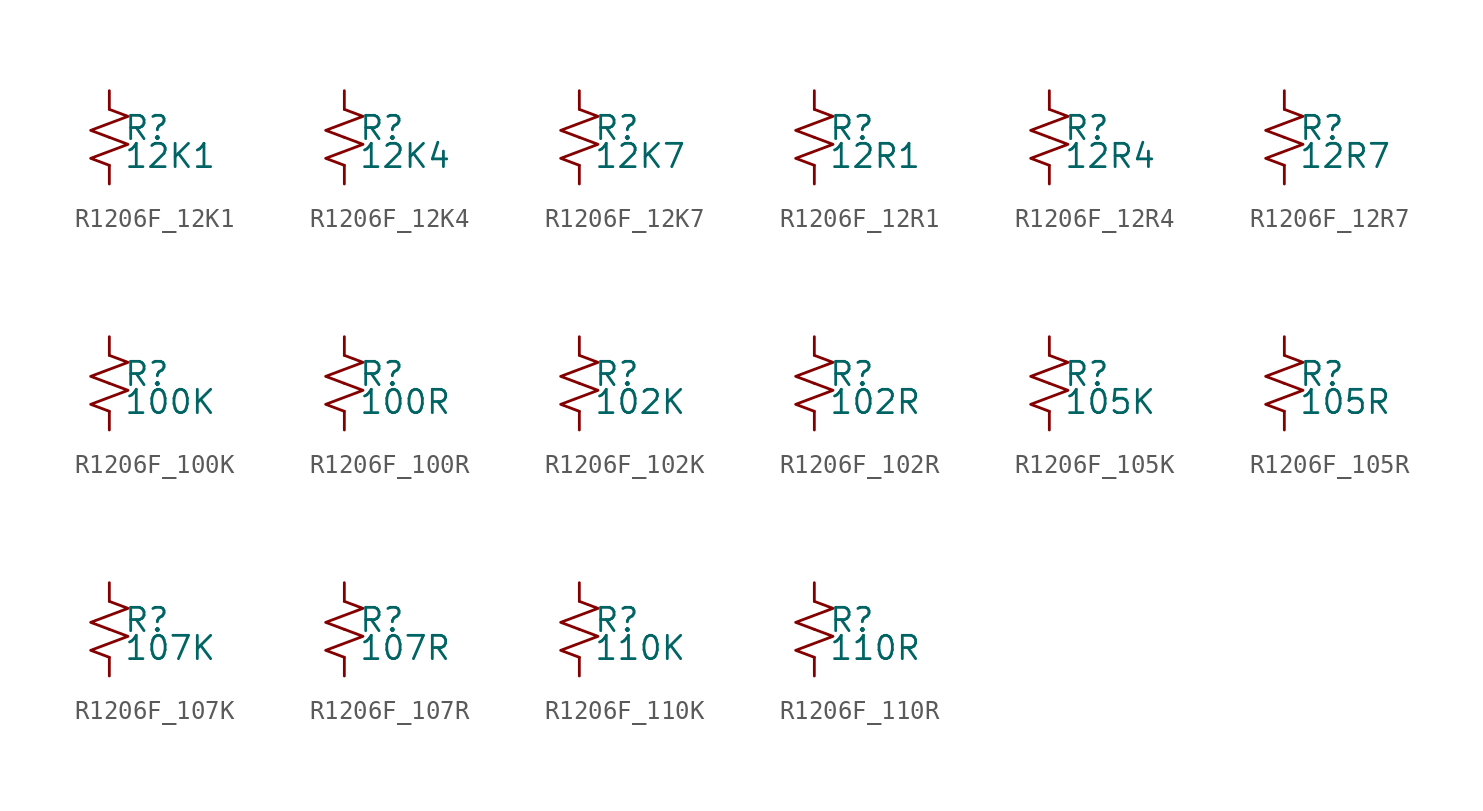
<source format=kicad_sym>
(kicad_symbol_lib
  (version 20220914)
  (generator kicad_symbol_editor)
  (symbol "R1206F_12K1"
    (pin_numbers hide)
    (pin_names
      (offset 0.254) hide)
    (property "Reference" "R"
      (at 0.762 0.508 0)
      (effects (font (size 1.27 1.27)) (justify left)))
    (property "Value" "12K1"
      (at 0.762 -1.016 0)
      (effects (font (size 1.27 1.27)) (justify left)))
    (symbol "R1206F_12K1_1_1"
      (polyline (pts (xy 0 0) (xy 1.016 -0.381) (xy 0 -0.762) (xy -1.016 -1.143) (xy 0 -1.524)) (stroke (width 0) (type default)) (fill (type none)))
      (polyline (pts (xy 0 1.524) (xy 1.016 1.143) (xy 0 0.762) (xy -1.016 0.381) (xy 0 0)) (stroke (width 0) (type default)) (fill (type none)))
      (pin passive line (at 0 2.54 270) (length 1.016) (name "~" (effects (font (size 1.27 1.27)))) (number "1" (effects (font (size 1.27 1.27)))))
      (pin passive line (at 0 -2.54 90) (length 1.016) (name "~" (effects (font (size 1.27 1.27)))) (number "2" (effects (font (size 1.27 1.27)))))))
  (symbol "R1206F_12K4"
    (pin_numbers hide)
    (pin_names
      (offset 0.254) hide)
    (property "Reference" "R"
      (at 0.762 0.508 0)
      (effects (font (size 1.27 1.27)) (justify left)))
    (property "Value" "12K4"
      (at 0.762 -1.016 0)
      (effects (font (size 1.27 1.27)) (justify left)))
    (symbol "R1206F_12K4_1_1"
      (polyline (pts (xy 0 0) (xy 1.016 -0.381) (xy 0 -0.762) (xy -1.016 -1.143) (xy 0 -1.524)) (stroke (width 0) (type default)) (fill (type none)))
      (polyline (pts (xy 0 1.524) (xy 1.016 1.143) (xy 0 0.762) (xy -1.016 0.381) (xy 0 0)) (stroke (width 0) (type default)) (fill (type none)))
      (pin passive line (at 0 2.54 270) (length 1.016) (name "~" (effects (font (size 1.27 1.27)))) (number "1" (effects (font (size 1.27 1.27)))))
      (pin passive line (at 0 -2.54 90) (length 1.016) (name "~" (effects (font (size 1.27 1.27)))) (number "2" (effects (font (size 1.27 1.27)))))))
  (symbol "R1206F_12K7"
    (pin_numbers hide)
    (pin_names
      (offset 0.254) hide)
    (property "Reference" "R"
      (at 0.762 0.508 0)
      (effects (font (size 1.27 1.27)) (justify left)))
    (property "Value" "12K7"
      (at 0.762 -1.016 0)
      (effects (font (size 1.27 1.27)) (justify left)))
    (symbol "R1206F_12K7_1_1"
      (polyline (pts (xy 0 0) (xy 1.016 -0.381) (xy 0 -0.762) (xy -1.016 -1.143) (xy 0 -1.524)) (stroke (width 0) (type default)) (fill (type none)))
      (polyline (pts (xy 0 1.524) (xy 1.016 1.143) (xy 0 0.762) (xy -1.016 0.381) (xy 0 0)) (stroke (width 0) (type default)) (fill (type none)))
      (pin passive line (at 0 2.54 270) (length 1.016) (name "~" (effects (font (size 1.27 1.27)))) (number "1" (effects (font (size 1.27 1.27)))))
      (pin passive line (at 0 -2.54 90) (length 1.016) (name "~" (effects (font (size 1.27 1.27)))) (number "2" (effects (font (size 1.27 1.27)))))))
  (symbol "R1206F_12R1"
    (pin_numbers hide)
    (pin_names
      (offset 0.254) hide)
    (property "Reference" "R"
      (at 0.762 0.508 0)
      (effects (font (size 1.27 1.27)) (justify left)))
    (property "Value" "12R1"
      (at 0.762 -1.016 0)
      (effects (font (size 1.27 1.27)) (justify left)))
    (symbol "R1206F_12R1_1_1"
      (polyline (pts (xy 0 0) (xy 1.016 -0.381) (xy 0 -0.762) (xy -1.016 -1.143) (xy 0 -1.524)) (stroke (width 0) (type default)) (fill (type none)))
      (polyline (pts (xy 0 1.524) (xy 1.016 1.143) (xy 0 0.762) (xy -1.016 0.381) (xy 0 0)) (stroke (width 0) (type default)) (fill (type none)))
      (pin passive line (at 0 2.54 270) (length 1.016) (name "~" (effects (font (size 1.27 1.27)))) (number "1" (effects (font (size 1.27 1.27)))))
      (pin passive line (at 0 -2.54 90) (length 1.016) (name "~" (effects (font (size 1.27 1.27)))) (number "2" (effects (font (size 1.27 1.27)))))))
  (symbol "R1206F_12R4"
    (pin_numbers hide)
    (pin_names
      (offset 0.254) hide)
    (property "Reference" "R"
      (at 0.762 0.508 0)
      (effects (font (size 1.27 1.27)) (justify left)))
    (property "Value" "12R4"
      (at 0.762 -1.016 0)
      (effects (font (size 1.27 1.27)) (justify left)))
    (symbol "R1206F_12R4_1_1"
      (polyline (pts (xy 0 0) (xy 1.016 -0.381) (xy 0 -0.762) (xy -1.016 -1.143) (xy 0 -1.524)) (stroke (width 0) (type default)) (fill (type none)))
      (polyline (pts (xy 0 1.524) (xy 1.016 1.143) (xy 0 0.762) (xy -1.016 0.381) (xy 0 0)) (stroke (width 0) (type default)) (fill (type none)))
      (pin passive line (at 0 2.54 270) (length 1.016) (name "~" (effects (font (size 1.27 1.27)))) (number "1" (effects (font (size 1.27 1.27)))))
      (pin passive line (at 0 -2.54 90) (length 1.016) (name "~" (effects (font (size 1.27 1.27)))) (number "2" (effects (font (size 1.27 1.27)))))))
  (symbol "R1206F_12R7"
    (pin_numbers hide)
    (pin_names
      (offset 0.254) hide)
    (property "Reference" "R"
      (at 0.762 0.508 0)
      (effects (font (size 1.27 1.27)) (justify left)))
    (property "Value" "12R7"
      (at 0.762 -1.016 0)
      (effects (font (size 1.27 1.27)) (justify left)))
    (symbol "R1206F_12R7_1_1"
      (polyline (pts (xy 0 0) (xy 1.016 -0.381) (xy 0 -0.762) (xy -1.016 -1.143) (xy 0 -1.524)) (stroke (width 0) (type default)) (fill (type none)))
      (polyline (pts (xy 0 1.524) (xy 1.016 1.143) (xy 0 0.762) (xy -1.016 0.381) (xy 0 0)) (stroke (width 0) (type default)) (fill (type none)))
      (pin passive line (at 0 2.54 270) (length 1.016) (name "~" (effects (font (size 1.27 1.27)))) (number "1" (effects (font (size 1.27 1.27)))))
      (pin passive line (at 0 -2.54 90) (length 1.016) (name "~" (effects (font (size 1.27 1.27)))) (number "2" (effects (font (size 1.27 1.27)))))))
  (symbol "R1206F_100K"
    (pin_numbers hide)
    (pin_names
      (offset 0.254) hide)
    (property "Reference" "R"
      (at 0.762 0.508 0)
      (effects (font (size 1.27 1.27)) (justify left)))
    (property "Value" "100K"
      (at 0.762 -1.016 0)
      (effects (font (size 1.27 1.27)) (justify left)))
    (symbol "R1206F_100K_1_1"
      (polyline (pts (xy 0 0) (xy 1.016 -0.381) (xy 0 -0.762) (xy -1.016 -1.143) (xy 0 -1.524)) (stroke (width 0) (type default)) (fill (type none)))
      (polyline (pts (xy 0 1.524) (xy 1.016 1.143) (xy 0 0.762) (xy -1.016 0.381) (xy 0 0)) (stroke (width 0) (type default)) (fill (type none)))
      (pin passive line (at 0 2.54 270) (length 1.016) (name "~" (effects (font (size 1.27 1.27)))) (number "1" (effects (font (size 1.27 1.27)))))
      (pin passive line (at 0 -2.54 90) (length 1.016) (name "~" (effects (font (size 1.27 1.27)))) (number "2" (effects (font (size 1.27 1.27)))))))
  (symbol "R1206F_100R"
    (pin_numbers hide)
    (pin_names
      (offset 0.254) hide)
    (property "Reference" "R"
      (at 0.762 0.508 0)
      (effects (font (size 1.27 1.27)) (justify left)))
    (property "Value" "100R"
      (at 0.762 -1.016 0)
      (effects (font (size 1.27 1.27)) (justify left)))
    (symbol "R1206F_100R_1_1"
      (polyline (pts (xy 0 0) (xy 1.016 -0.381) (xy 0 -0.762) (xy -1.016 -1.143) (xy 0 -1.524)) (stroke (width 0) (type default)) (fill (type none)))
      (polyline (pts (xy 0 1.524) (xy 1.016 1.143) (xy 0 0.762) (xy -1.016 0.381) (xy 0 0)) (stroke (width 0) (type default)) (fill (type none)))
      (pin passive line (at 0 2.54 270) (length 1.016) (name "~" (effects (font (size 1.27 1.27)))) (number "1" (effects (font (size 1.27 1.27)))))
      (pin passive line (at 0 -2.54 90) (length 1.016) (name "~" (effects (font (size 1.27 1.27)))) (number "2" (effects (font (size 1.27 1.27)))))))
  (symbol "R1206F_102K"
    (pin_numbers hide)
    (pin_names
      (offset 0.254) hide)
    (property "Reference" "R"
      (at 0.762 0.508 0)
      (effects (font (size 1.27 1.27)) (justify left)))
    (property "Value" "102K"
      (at 0.762 -1.016 0)
      (effects (font (size 1.27 1.27)) (justify left)))
    (symbol "R1206F_102K_1_1"
      (polyline (pts (xy 0 0) (xy 1.016 -0.381) (xy 0 -0.762) (xy -1.016 -1.143) (xy 0 -1.524)) (stroke (width 0) (type default)) (fill (type none)))
      (polyline (pts (xy 0 1.524) (xy 1.016 1.143) (xy 0 0.762) (xy -1.016 0.381) (xy 0 0)) (stroke (width 0) (type default)) (fill (type none)))
      (pin passive line (at 0 2.54 270) (length 1.016) (name "~" (effects (font (size 1.27 1.27)))) (number "1" (effects (font (size 1.27 1.27)))))
      (pin passive line (at 0 -2.54 90) (length 1.016) (name "~" (effects (font (size 1.27 1.27)))) (number "2" (effects (font (size 1.27 1.27)))))))
  (symbol "R1206F_102R"
    (pin_numbers hide)
    (pin_names
      (offset 0.254) hide)
    (property "Reference" "R"
      (at 0.762 0.508 0)
      (effects (font (size 1.27 1.27)) (justify left)))
    (property "Value" "102R"
      (at 0.762 -1.016 0)
      (effects (font (size 1.27 1.27)) (justify left)))
    (symbol "R1206F_102R_1_1"
      (polyline (pts (xy 0 0) (xy 1.016 -0.381) (xy 0 -0.762) (xy -1.016 -1.143) (xy 0 -1.524)) (stroke (width 0) (type default)) (fill (type none)))
      (polyline (pts (xy 0 1.524) (xy 1.016 1.143) (xy 0 0.762) (xy -1.016 0.381) (xy 0 0)) (stroke (width 0) (type default)) (fill (type none)))
      (pin passive line (at 0 2.54 270) (length 1.016) (name "~" (effects (font (size 1.27 1.27)))) (number "1" (effects (font (size 1.27 1.27)))))
      (pin passive line (at 0 -2.54 90) (length 1.016) (name "~" (effects (font (size 1.27 1.27)))) (number "2" (effects (font (size 1.27 1.27)))))))
  (symbol "R1206F_105K"
    (pin_numbers hide)
    (pin_names
      (offset 0.254) hide)
    (property "Reference" "R"
      (at 0.762 0.508 0)
      (effects (font (size 1.27 1.27)) (justify left)))
    (property "Value" "105K"
      (at 0.762 -1.016 0)
      (effects (font (size 1.27 1.27)) (justify left)))
    (symbol "R1206F_105K_1_1"
      (polyline (pts (xy 0 0) (xy 1.016 -0.381) (xy 0 -0.762) (xy -1.016 -1.143) (xy 0 -1.524)) (stroke (width 0) (type default)) (fill (type none)))
      (polyline (pts (xy 0 1.524) (xy 1.016 1.143) (xy 0 0.762) (xy -1.016 0.381) (xy 0 0)) (stroke (width 0) (type default)) (fill (type none)))
      (pin passive line (at 0 2.54 270) (length 1.016) (name "~" (effects (font (size 1.27 1.27)))) (number "1" (effects (font (size 1.27 1.27)))))
      (pin passive line (at 0 -2.54 90) (length 1.016) (name "~" (effects (font (size 1.27 1.27)))) (number "2" (effects (font (size 1.27 1.27)))))))
  (symbol "R1206F_105R"
    (pin_numbers hide)
    (pin_names
      (offset 0.254) hide)
    (property "Reference" "R"
      (at 0.762 0.508 0)
      (effects (font (size 1.27 1.27)) (justify left)))
    (property "Value" "105R"
      (at 0.762 -1.016 0)
      (effects (font (size 1.27 1.27)) (justify left)))
    (symbol "R1206F_105R_1_1"
      (polyline (pts (xy 0 0) (xy 1.016 -0.381) (xy 0 -0.762) (xy -1.016 -1.143) (xy 0 -1.524)) (stroke (width 0) (type default)) (fill (type none)))
      (polyline (pts (xy 0 1.524) (xy 1.016 1.143) (xy 0 0.762) (xy -1.016 0.381) (xy 0 0)) (stroke (width 0) (type default)) (fill (type none)))
      (pin passive line (at 0 2.54 270) (length 1.016) (name "~" (effects (font (size 1.27 1.27)))) (number "1" (effects (font (size 1.27 1.27)))))
      (pin passive line (at 0 -2.54 90) (length 1.016) (name "~" (effects (font (size 1.27 1.27)))) (number "2" (effects (font (size 1.27 1.27)))))))
  (symbol "R1206F_107K"
    (pin_numbers hide)
    (pin_names
      (offset 0.254) hide)
    (property "Reference" "R"
      (at 0.762 0.508 0)
      (effects (font (size 1.27 1.27)) (justify left)))
    (property "Value" "107K"
      (at 0.762 -1.016 0)
      (effects (font (size 1.27 1.27)) (justify left)))
    (symbol "R1206F_107K_1_1"
      (polyline (pts (xy 0 0) (xy 1.016 -0.381) (xy 0 -0.762) (xy -1.016 -1.143) (xy 0 -1.524)) (stroke (width 0) (type default)) (fill (type none)))
      (polyline (pts (xy 0 1.524) (xy 1.016 1.143) (xy 0 0.762) (xy -1.016 0.381) (xy 0 0)) (stroke (width 0) (type default)) (fill (type none)))
      (pin passive line (at 0 2.54 270) (length 1.016) (name "~" (effects (font (size 1.27 1.27)))) (number "1" (effects (font (size 1.27 1.27)))))
      (pin passive line (at 0 -2.54 90) (length 1.016) (name "~" (effects (font (size 1.27 1.27)))) (number "2" (effects (font (size 1.27 1.27)))))))
  (symbol "R1206F_107R"
    (pin_numbers hide)
    (pin_names
      (offset 0.254) hide)
    (property "Reference" "R"
      (at 0.762 0.508 0)
      (effects (font (size 1.27 1.27)) (justify left)))
    (property "Value" "107R"
      (at 0.762 -1.016 0)
      (effects (font (size 1.27 1.27)) (justify left)))
    (symbol "R1206F_107R_1_1"
      (polyline (pts (xy 0 0) (xy 1.016 -0.381) (xy 0 -0.762) (xy -1.016 -1.143) (xy 0 -1.524)) (stroke (width 0) (type default)) (fill (type none)))
      (polyline (pts (xy 0 1.524) (xy 1.016 1.143) (xy 0 0.762) (xy -1.016 0.381) (xy 0 0)) (stroke (width 0) (type default)) (fill (type none)))
      (pin passive line (at 0 2.54 270) (length 1.016) (name "~" (effects (font (size 1.27 1.27)))) (number "1" (effects (font (size 1.27 1.27)))))
      (pin passive line (at 0 -2.54 90) (length 1.016) (name "~" (effects (font (size 1.27 1.27)))) (number "2" (effects (font (size 1.27 1.27)))))))
  (symbol "R1206F_110K"
    (pin_numbers hide)
    (pin_names
      (offset 0.254) hide)
    (property "Reference" "R"
      (at 0.762 0.508 0)
      (effects (font (size 1.27 1.27)) (justify left)))
    (property "Value" "110K"
      (at 0.762 -1.016 0)
      (effects (font (size 1.27 1.27)) (justify left)))
    (symbol "R1206F_110K_1_1"
      (polyline (pts (xy 0 0) (xy 1.016 -0.381) (xy 0 -0.762) (xy -1.016 -1.143) (xy 0 -1.524)) (stroke (width 0) (type default)) (fill (type none)))
      (polyline (pts (xy 0 1.524) (xy 1.016 1.143) (xy 0 0.762) (xy -1.016 0.381) (xy 0 0)) (stroke (width 0) (type default)) (fill (type none)))
      (pin passive line (at 0 2.54 270) (length 1.016) (name "~" (effects (font (size 1.27 1.27)))) (number "1" (effects (font (size 1.27 1.27)))))
      (pin passive line (at 0 -2.54 90) (length 1.016) (name "~" (effects (font (size 1.27 1.27)))) (number "2" (effects (font (size 1.27 1.27)))))))
  (symbol "R1206F_110R"
    (pin_numbers hide)
    (pin_names
      (offset 0.254) hide)
    (property "Reference" "R"
      (at 0.762 0.508 0)
      (effects (font (size 1.27 1.27)) (justify left)))
    (property "Value" "110R"
      (at 0.762 -1.016 0)
      (effects (font (size 1.27 1.27)) (justify left)))
    (symbol "R1206F_110R_1_1"
      (polyline (pts (xy 0 0) (xy 1.016 -0.381) (xy 0 -0.762) (xy -1.016 -1.143) (xy 0 -1.524)) (stroke (width 0) (type default)) (fill (type none)))
      (polyline (pts (xy 0 1.524) (xy 1.016 1.143) (xy 0 0.762) (xy -1.016 0.381) (xy 0 0)) (stroke (width 0) (type default)) (fill (type none)))
      (pin passive line (at 0 2.54 270) (length 1.016) (name "~" (effects (font (size 1.27 1.27)))) (number "1" (effects (font (size 1.27 1.27)))))
      (pin passive line (at 0 -2.54 90) (length 1.016) (name "~" (effects (font (size 1.27 1.27)))) (number "2" (effects (font (size 1.27 1.27))))))))
</source>
